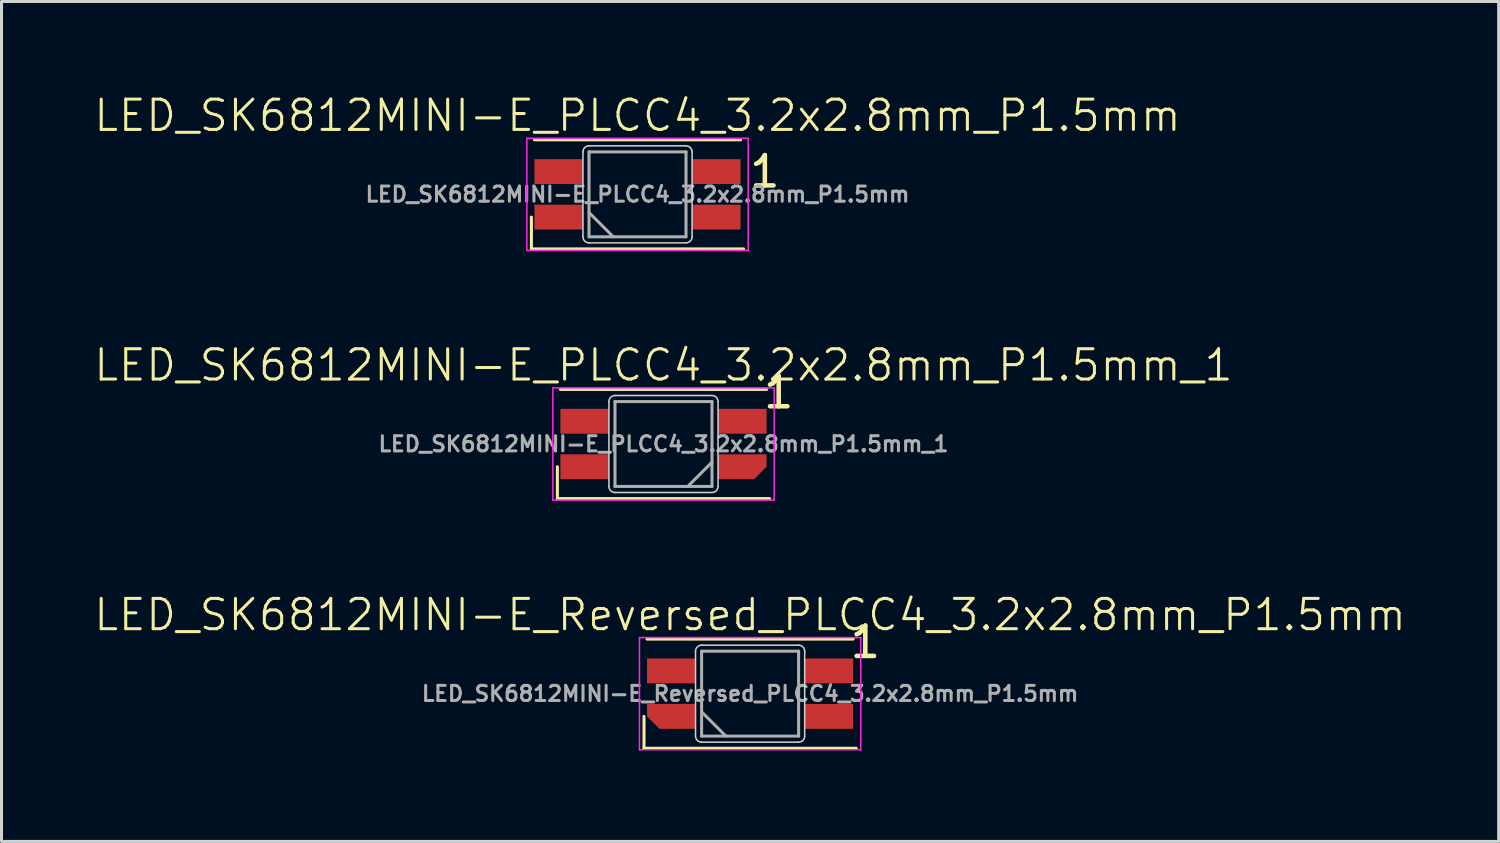
<source format=kicad_pcb>
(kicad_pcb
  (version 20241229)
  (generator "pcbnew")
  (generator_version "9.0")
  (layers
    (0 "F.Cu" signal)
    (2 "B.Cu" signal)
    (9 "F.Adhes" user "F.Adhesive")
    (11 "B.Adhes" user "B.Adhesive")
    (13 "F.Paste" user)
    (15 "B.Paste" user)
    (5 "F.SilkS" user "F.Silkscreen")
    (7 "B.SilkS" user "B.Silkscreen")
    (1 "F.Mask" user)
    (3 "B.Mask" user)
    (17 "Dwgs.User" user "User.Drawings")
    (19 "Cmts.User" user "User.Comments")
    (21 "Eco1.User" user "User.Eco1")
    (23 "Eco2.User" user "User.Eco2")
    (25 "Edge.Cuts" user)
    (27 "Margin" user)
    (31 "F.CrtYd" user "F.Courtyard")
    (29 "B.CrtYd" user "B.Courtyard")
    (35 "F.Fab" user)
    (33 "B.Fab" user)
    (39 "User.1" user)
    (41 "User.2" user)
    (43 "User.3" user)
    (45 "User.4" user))
  (footprint "LED_SK6812MINI-E_PLCC4_3.2x2.8mm_P1.5mm"
    (layer "F.Cu")
    (at 17.979 3.361)
    (property "Reference" "LED_SK6812MINI-E_PLCC4_3.2x2.8mm_P1.5mm" (at 0 -2.6 0) (unlocked yes) (layer "F.SilkS") (effects (font (size 1 1) (thickness 0.1))))
    (attr smd)
    (fp_line (start -3.5 1.8) (end -3.5 0.75) (stroke (width 0.1) (type default)) (layer "F.SilkS"))
    (fp_line (start -3.5 1.8) (end 3.5 1.8) (stroke (width 0.1) (type default)) (layer "F.SilkS"))
    (fp_line (start -3.4 -1.8) (end 3.4 -1.8) (stroke (width 0.1) (type default)) (layer "F.SilkS"))
    (fp_line (start -1.8 -1.4) (end -1.8 1.4) (stroke (width 0.05) (type default)) (layer "Edge.Cuts"))
    (fp_line (start -1.6 -1.6) (end 1.6 -1.6) (stroke (width 0.05) (type default)) (layer "Edge.Cuts"))
    (fp_line (start -1.6 1.6) (end 1.6 1.6) (stroke (width 0.05) (type default)) (layer "Edge.Cuts"))
    (fp_line (start 1.8 -1.4) (end 1.8 1.4) (stroke (width 0.05) (type default)) (layer "Edge.Cuts"))
    (fp_arc (start -1.8 -1.4) (mid -1.741421 -1.541421) (end -1.6 -1.6) (stroke (width 0.05) (type default)) (layer "Edge.Cuts"))
    (fp_arc (start -1.6 1.6) (mid -1.741421 1.541421) (end -1.8 1.4) (stroke (width 0.05) (type default)) (layer "Edge.Cuts"))
    (fp_arc (start 1.6 -1.6) (mid 1.741421 -1.541421) (end 1.8 -1.4) (stroke (width 0.05) (type default)) (layer "Edge.Cuts"))
    (fp_arc (start 1.8 1.4) (mid 1.741421 1.541421) (end 1.6 1.6) (stroke (width 0.05) (type default)) (layer "Edge.Cuts"))
    (fp_line (start -3.65 -1.85) (end -3.65 1.85) (stroke (width 0.05) (type default)) (layer "F.CrtYd"))
    (fp_line (start -3.65 -1.85) (end 3.65 -1.85) (stroke (width 0.05) (type default)) (layer "F.CrtYd"))
    (fp_line (start -3.65 1.85) (end 3.65 1.85) (stroke (width 0.05) (type default)) (layer "F.CrtYd"))
    (fp_line (start 3.65 -1.85) (end 3.65 1.85) (stroke (width 0.05) (type default)) (layer "F.CrtYd"))
    (fp_line (start -1.6 -1.4) (end 1.6 -1.4) (stroke (width 0.1) (type default)) (layer "F.Fab"))
    (fp_line (start -1.6 0.6) (end -0.8 1.4) (stroke (width 0.1) (type default)) (layer "F.Fab"))
    (fp_line (start -1.6 1.4) (end -1.6 -1.4) (stroke (width 0.1) (type default)) (layer "F.Fab"))
    (fp_line (start -1.6 1.4) (end 1.6 1.4) (stroke (width 0.1) (type default)) (layer "F.Fab"))
    (fp_line (start 1.6 -1.4) (end 1.6 1.4) (stroke (width 0.1) (type default)) (layer "F.Fab"))
    (fp_text user "1" (at 4.2 -0.75 0) (layer "F.SilkS") (effects (font (size 1 1) (thickness 0.15))))
    (fp_text user "${REFERENCE}" (at 0 0 0) (unlocked yes) (layer "F.Fab") (effects (font (size 0.5 0.5) (thickness 0.1) (bold yes))))
    (pad "1" smd rect (at 2.6 -0.75) (size 1.6 0.82) (layers "F.Cu" "F.Mask" "F.Paste"))
    (pad "2" smd rect (at 2.6 0.75) (size 1.6 0.82) (layers "F.Cu" "F.Mask" "F.Paste"))
    (pad "3" smd rect (at -2.6 0.75) (size 1.6 0.82) (layers "F.Cu" "F.Mask" "F.Paste"))
    (pad "4" smd rect (at -2.6 -0.75) (size 1.6 0.82) (layers "F.Cu" "F.Mask" "F.Paste")))
  (footprint "LED_SK6812MINI-E_PLCC4_3.2x2.8mm_P1.5mm_1"
    (layer "F.Cu")
    (at 18.836 11.596)
    (property "Reference" "LED_SK6812MINI-E_PLCC4_3.2x2.8mm_P1.5mm_1" (at 0 -2.6 0) (unlocked yes) (layer "F.SilkS") (effects (font (size 1 1) (thickness 0.1))))
    (attr smd)
    (fp_line (start -3.5 1.8) (end -3.5 0.75) (stroke (width 0.1) (type default)) (layer "F.SilkS"))
    (fp_line (start -3.5 1.8) (end 3.5 1.8) (stroke (width 0.1) (type default)) (layer "F.SilkS"))
    (fp_line (start -3.4 -1.8) (end 3.4 -1.8) (stroke (width 0.1) (type default)) (layer "F.SilkS"))
    (fp_line (start -1.8 -1.4) (end -1.8 1.4) (stroke (width 0.05) (type default)) (layer "Edge.Cuts"))
    (fp_line (start -1.6 -1.6) (end 1.6 -1.6) (stroke (width 0.05) (type default)) (layer "Edge.Cuts"))
    (fp_line (start -1.6 1.6) (end 1.6 1.6) (stroke (width 0.05) (type default)) (layer "Edge.Cuts"))
    (fp_line (start 1.8 -1.4) (end 1.8 1.4) (stroke (width 0.05) (type default)) (layer "Edge.Cuts"))
    (fp_arc (start -1.8 -1.4) (mid -1.741421 -1.541421) (end -1.6 -1.6) (stroke (width 0.05) (type default)) (layer "Edge.Cuts"))
    (fp_arc (start -1.6 1.6) (mid -1.741421 1.541421) (end -1.8 1.4) (stroke (width 0.05) (type default)) (layer "Edge.Cuts"))
    (fp_arc (start 1.6 -1.6) (mid 1.741421 -1.541421) (end 1.8 -1.4) (stroke (width 0.05) (type default)) (layer "Edge.Cuts"))
    (fp_arc (start 1.8 1.4) (mid 1.741421 1.541421) (end 1.6 1.6) (stroke (width 0.05) (type default)) (layer "Edge.Cuts"))
    (fp_line (start -3.65 -1.85) (end -3.65 1.85) (stroke (width 0.05) (type default)) (layer "F.CrtYd"))
    (fp_line (start -3.65 -1.85) (end 3.65 -1.85) (stroke (width 0.05) (type default)) (layer "F.CrtYd"))
    (fp_line (start -3.65 1.85) (end 3.65 1.85) (stroke (width 0.05) (type default)) (layer "F.CrtYd"))
    (fp_line (start 3.65 -1.85) (end 3.65 1.85) (stroke (width 0.05) (type default)) (layer "F.CrtYd"))
    (fp_line (start -1.6 -1.4) (end 1.6 -1.4) (stroke (width 0.1) (type default)) (layer "F.Fab"))
    (fp_line (start -1.6 1.4) (end -1.6 -1.4) (stroke (width 0.1) (type default)) (layer "F.Fab"))
    (fp_line (start -1.6 1.4) (end 1.6 1.4) (stroke (width 0.1) (type default)) (layer "F.Fab"))
    (fp_line (start 1.6 -1.4) (end 1.6 1.4) (stroke (width 0.1) (type default)) (layer "F.Fab"))
    (fp_line (start 1.6 0.6) (end 0.8 1.4) (stroke (width 0.1) (type default)) (layer "F.Fab"))
    (fp_text user "1" (at 3.8 -1.7 0) (layer "F.SilkS") (effects (font (size 1 1) (thickness 0.15))))
    (fp_text user "${REFERENCE}" (at 0 0 0) (unlocked yes) (layer "F.Fab") (effects (font (size 0.5 0.5) (thickness 0.1) (bold yes))))
    (pad "1" smd rect (at -2.6 -0.75) (size 1.6 0.82) (layers "F.Cu" "F.Mask" "F.Paste"))
    (pad "2" smd rect (at -2.6 0.75) (size 1.6 0.82) (layers "F.Cu" "F.Mask" "F.Paste"))
    (pad "3" smd rect (at 2.6 -0.75) (size 1.6 0.82) (layers "F.Cu" "F.Mask" "F.Paste"))
    (pad "4" smd roundrect (at 2.6 0.75) (size 1.6 0.82) (layers "F.Cu" "F.Mask" "F.Paste") (roundrect_rratio 0) (chamfer_ratio 0.5) (chamfer bottom_right)))
  (footprint "LED_SK6812MINI-E_Reversed_PLCC4_3.2x2.8mm_P1.5mm"
    (layer "F.Cu")
    (at 21.693 19.831)
    (property "Reference" "LED_SK6812MINI-E_Reversed_PLCC4_3.2x2.8mm_P1.5mm" (at 0 -2.6 0) (unlocked yes) (layer "F.SilkS") (effects (font (size 1 1) (thickness 0.1))))
    (attr smd)
    (fp_line (start -3.5 1.8) (end -3.5 0.75) (stroke (width 0.1) (type default)) (layer "F.SilkS"))
    (fp_line (start -3.5 1.8) (end 3.5 1.8) (stroke (width 0.1) (type default)) (layer "F.SilkS"))
    (fp_line (start -3.4 -1.8) (end 3.4 -1.8) (stroke (width 0.1) (type default)) (layer "F.SilkS"))
    (fp_line (start -1.8 -1.4) (end -1.8 1.4) (stroke (width 0.05) (type default)) (layer "Edge.Cuts"))
    (fp_line (start -1.6 -1.6) (end 1.6 -1.6) (stroke (width 0.05) (type default)) (layer "Edge.Cuts"))
    (fp_line (start -1.6 1.6) (end 1.6 1.6) (stroke (width 0.05) (type default)) (layer "Edge.Cuts"))
    (fp_line (start 1.8 -1.4) (end 1.8 1.4) (stroke (width 0.05) (type default)) (layer "Edge.Cuts"))
    (fp_arc (start -1.8 -1.4) (mid -1.741421 -1.541421) (end -1.6 -1.6) (stroke (width 0.05) (type default)) (layer "Edge.Cuts"))
    (fp_arc (start -1.6 1.6) (mid -1.741421 1.541421) (end -1.8 1.4) (stroke (width 0.05) (type default)) (layer "Edge.Cuts"))
    (fp_arc (start 1.6 -1.6) (mid 1.741421 -1.541421) (end 1.8 -1.4) (stroke (width 0.05) (type default)) (layer "Edge.Cuts"))
    (fp_arc (start 1.8 1.4) (mid 1.741421 1.541421) (end 1.6 1.6) (stroke (width 0.05) (type default)) (layer "Edge.Cuts"))
    (fp_line (start -3.65 -1.85) (end -3.65 1.85) (stroke (width 0.05) (type default)) (layer "F.CrtYd"))
    (fp_line (start -3.65 -1.85) (end 3.65 -1.85) (stroke (width 0.05) (type default)) (layer "F.CrtYd"))
    (fp_line (start -3.65 1.85) (end 3.65 1.85) (stroke (width 0.05) (type default)) (layer "F.CrtYd"))
    (fp_line (start 3.65 -1.85) (end 3.65 1.85) (stroke (width 0.05) (type default)) (layer "F.CrtYd"))
    (fp_line (start -1.6 -1.4) (end 1.6 -1.4) (stroke (width 0.1) (type default)) (layer "F.Fab"))
    (fp_line (start -1.6 0.6) (end -0.8 1.4) (stroke (width 0.1) (type default)) (layer "F.Fab"))
    (fp_line (start -1.6 1.4) (end -1.6 -1.4) (stroke (width 0.1) (type default)) (layer "F.Fab"))
    (fp_line (start -1.6 1.4) (end 1.6 1.4) (stroke (width 0.1) (type default)) (layer "F.Fab"))
    (fp_line (start 1.6 -1.4) (end 1.6 1.4) (stroke (width 0.1) (type default)) (layer "F.Fab"))
    (fp_text user "1" (at 3.8 -1.7 0) (layer "F.SilkS") (effects (font (size 1 1) (thickness 0.15))))
    (fp_text user "${REFERENCE}" (at 0 0 0) (unlocked yes) (layer "F.Fab") (effects (font (size 0.5 0.5) (thickness 0.1) (bold yes))))
    (pad "1" smd rect (at 2.6 -0.75) (size 1.6 0.82) (layers "F.Cu" "F.Mask" "F.Paste"))
    (pad "2" smd rect (at 2.6 0.75) (size 1.6 0.82) (layers "F.Cu" "F.Mask" "F.Paste"))
    (pad "3" smd rect (at -2.6 -0.75) (size 1.6 0.82) (layers "F.Cu" "F.Mask" "F.Paste"))
    (pad "4" smd roundrect (at -2.6 0.75) (size 1.6 0.82) (layers "F.Cu" "F.Mask" "F.Paste") (roundrect_rratio 0) (chamfer_ratio 0.5) (chamfer bottom_left)))
  (gr_rect
    (start -3 -3)
    (end 46.386 24.706)
    (stroke (width 0.1) (type default))
    (fill no)
    (layer "Edge.Cuts")))
</source>
